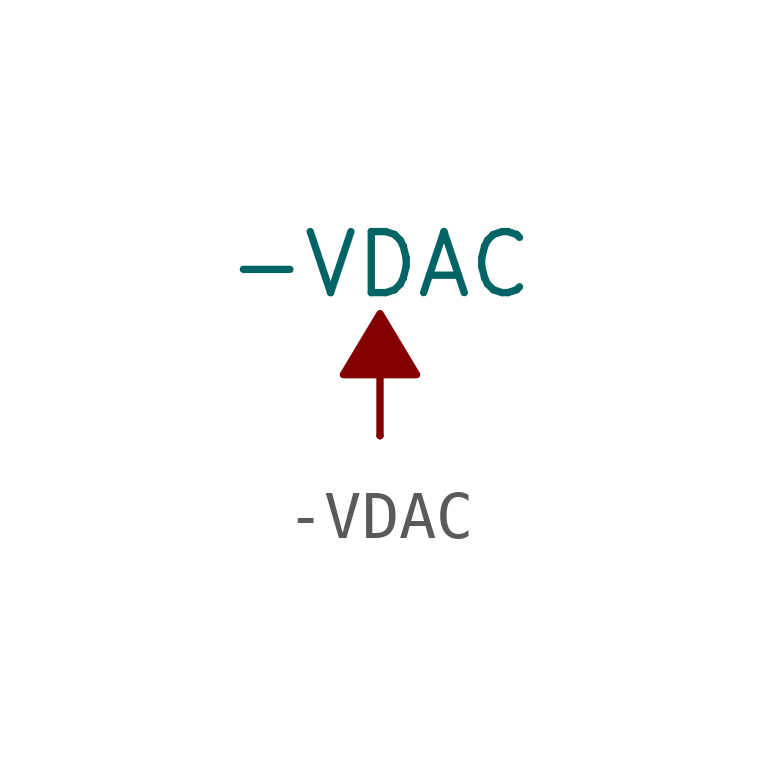
<source format=kicad_sym>
(kicad_symbol_lib
  (version 20231120)
  (generator "kicad_symbol_editor")
  (generator_version "8.0")
  (symbol "-VDAC"
    (power)
    (pin_numbers hide)
    (pin_names
      (offset 0) hide)
    (property "Reference" "#PWR"
      (at 0 -3.81 0)
      (effects (font (size 1.27 1.27)) (hide yes)))
    (property "Value" "-VDAC"
      (at 0 3.556 0)
      (effects (font (size 1.27 1.27))))
    (symbol "-VDAC_0_0"
      (pin power_in line (at 0 0 90) (length 0) (name "~" (effects (font (size 1.27 1.27)))) (number "1" (effects (font (size 1.27 1.27))))))
    (symbol "-VDAC_0_1"
      (polyline (pts (xy 0 0) (xy 0 1.27) (xy 0.762 1.27) (xy 0 2.54) (xy -0.762 1.27) (xy 0 1.27)) (stroke (width 0) (type default)) (fill (type outline))))))
</source>
